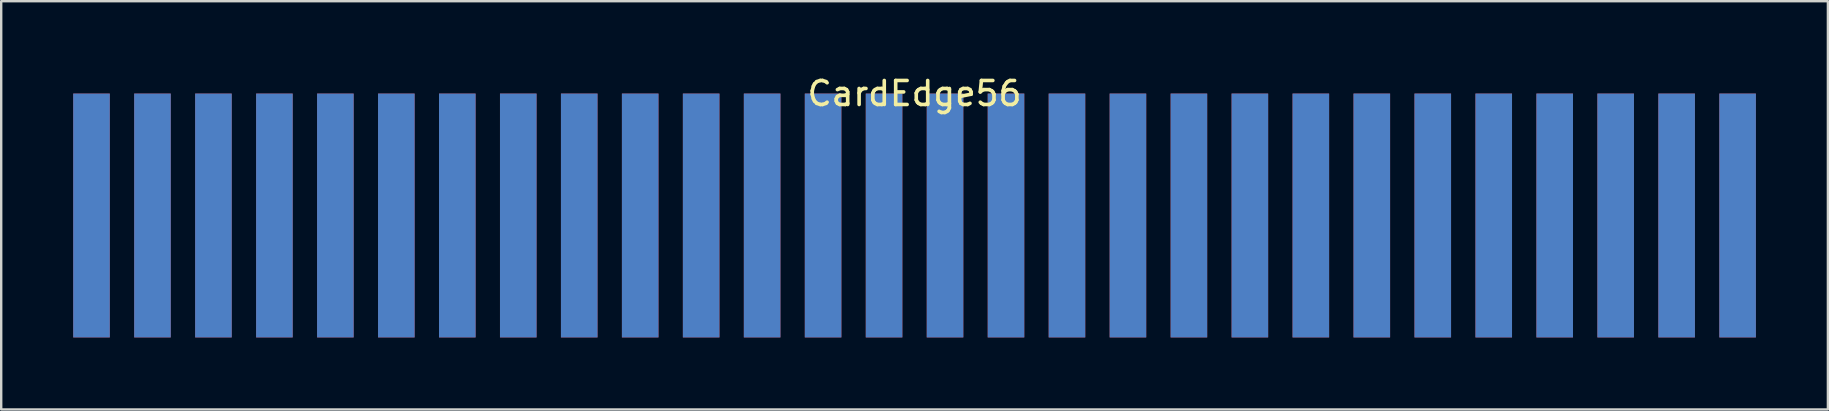
<source format=kicad_pcb>
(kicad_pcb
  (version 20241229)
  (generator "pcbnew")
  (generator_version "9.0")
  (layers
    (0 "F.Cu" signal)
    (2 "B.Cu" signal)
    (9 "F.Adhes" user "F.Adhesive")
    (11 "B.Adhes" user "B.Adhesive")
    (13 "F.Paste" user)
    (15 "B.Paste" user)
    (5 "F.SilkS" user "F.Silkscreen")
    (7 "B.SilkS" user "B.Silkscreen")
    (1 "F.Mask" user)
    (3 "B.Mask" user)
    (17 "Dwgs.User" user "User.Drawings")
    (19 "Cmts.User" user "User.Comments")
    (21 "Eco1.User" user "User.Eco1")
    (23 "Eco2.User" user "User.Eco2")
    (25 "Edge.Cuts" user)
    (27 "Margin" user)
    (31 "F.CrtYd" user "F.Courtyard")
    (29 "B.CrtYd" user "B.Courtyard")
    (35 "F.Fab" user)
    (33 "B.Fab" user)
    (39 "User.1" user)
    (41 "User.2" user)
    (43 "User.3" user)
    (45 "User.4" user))
  (footprint "CardEdge56"
    (layer "F.Cu")
    (at 33.782 0.848)
    (property "Reference" "CardEdge56" (at 1.27 0 0) (layer "F.SilkS") (effects (font (size 1 1) (thickness 0.15))))
    (attr through_hole)
    (pad "1" connect rect (at -33.02 5.08) (size 1.524 10.16) (layers "B.Cu" "B.Mask"))
    (pad "2" connect rect (at -33.02 5.08) (size 1.524 10.16) (layers "F.Cu" "F.Mask"))
    (pad "3" connect rect (at -30.48 5.08) (size 1.524 10.16) (layers "B.Cu" "B.Mask"))
    (pad "4" connect rect (at -30.48 5.08) (size 1.524 10.16) (layers "F.Cu" "F.Mask"))
    (pad "5" connect rect (at -27.94 5.08) (size 1.524 10.16) (layers "B.Cu" "B.Mask"))
    (pad "6" connect rect (at -27.94 5.08) (size 1.524 10.16) (layers "F.Cu" "F.Mask"))
    (pad "7" connect rect (at -25.4 5.08) (size 1.524 10.16) (layers "B.Cu" "B.Mask"))
    (pad "8" connect rect (at -25.4 5.08) (size 1.524 10.16) (layers "F.Cu" "F.Mask"))
    (pad "9" connect rect (at -22.86 5.08) (size 1.524 10.16) (layers "B.Cu" "B.Mask"))
    (pad "10" connect rect (at -22.86 5.08) (size 1.524 10.16) (layers "F.Cu" "F.Mask"))
    (pad "11" connect rect (at -20.32 5.08) (size 1.524 10.16) (layers "B.Cu" "B.Mask"))
    (pad "12" connect rect (at -20.32 5.08) (size 1.524 10.16) (layers "F.Cu" "F.Mask"))
    (pad "13" connect rect (at -17.78 5.08) (size 1.524 10.16) (layers "B.Cu" "B.Mask"))
    (pad "14" connect rect (at -17.78 5.08) (size 1.524 10.16) (layers "F.Cu" "F.Mask"))
    (pad "15" connect rect (at -15.24 5.08) (size 1.524 10.16) (layers "B.Cu" "B.Mask"))
    (pad "16" connect rect (at -15.24 5.08) (size 1.524 10.16) (layers "F.Cu" "F.Mask"))
    (pad "17" connect rect (at -12.7 5.08) (size 1.524 10.16) (layers "B.Cu" "B.Mask"))
    (pad "18" connect rect (at -12.7 5.08) (size 1.524 10.16) (layers "F.Cu" "F.Mask"))
    (pad "19" connect rect (at -10.16 5.08) (size 1.524 10.16) (layers "B.Cu" "B.Mask"))
    (pad "20" connect rect (at -10.16 5.08) (size 1.524 10.16) (layers "F.Cu" "F.Mask"))
    (pad "21" connect rect (at -7.62 5.08) (size 1.524 10.16) (layers "B.Cu" "B.Mask"))
    (pad "22" connect rect (at -7.62 5.08) (size 1.524 10.16) (layers "F.Cu" "F.Mask"))
    (pad "23" connect rect (at -5.08 5.08) (size 1.524 10.16) (layers "B.Cu" "B.Mask"))
    (pad "24" connect rect (at -5.08 5.08) (size 1.524 10.16) (layers "F.Cu" "F.Mask"))
    (pad "25" connect rect (at -2.54 5.08) (size 1.524 10.16) (layers "B.Cu" "B.Mask"))
    (pad "26" connect rect (at -2.54 5.08) (size 1.524 10.16) (layers "F.Cu" "F.Mask"))
    (pad "27" connect rect (at 0 5.08) (size 1.524 10.16) (layers "B.Cu" "B.Mask"))
    (pad "28" connect rect (at 0 5.08) (size 1.524 10.16) (layers "F.Cu" "F.Mask"))
    (pad "29" connect rect (at 2.54 5.08) (size 1.524 10.16) (layers "B.Cu" "B.Mask"))
    (pad "30" connect rect (at 2.54 5.08) (size 1.524 10.16) (layers "F.Cu" "F.Mask"))
    (pad "31" connect rect (at 5.08 5.08) (size 1.524 10.16) (layers "B.Cu" "B.Mask"))
    (pad "32" connect rect (at 5.08 5.08) (size 1.524 10.16) (layers "F.Cu" "F.Mask"))
    (pad "33" connect rect (at 7.62 5.08) (size 1.524 10.16) (layers "B.Cu" "B.Mask"))
    (pad "34" connect rect (at 7.62 5.08) (size 1.524 10.16) (layers "F.Cu" "F.Mask"))
    (pad "35" connect rect (at 10.16 5.08) (size 1.524 10.16) (layers "B.Cu" "B.Mask"))
    (pad "36" connect rect (at 10.16 5.08) (size 1.524 10.16) (layers "F.Cu" "F.Mask"))
    (pad "37" connect rect (at 12.7 5.08) (size 1.524 10.16) (layers "B.Cu" "B.Mask"))
    (pad "38" connect rect (at 12.7 5.08) (size 1.524 10.16) (layers "F.Cu" "F.Mask"))
    (pad "39" connect rect (at 15.24 5.08) (size 1.524 10.16) (layers "B.Cu" "B.Mask"))
    (pad "40" connect rect (at 15.24 5.08) (size 1.524 10.16) (layers "F.Cu" "F.Mask"))
    (pad "41" connect rect (at 17.78 5.08) (size 1.524 10.16) (layers "B.Cu" "B.Mask"))
    (pad "42" connect rect (at 17.78 5.08) (size 1.524 10.16) (layers "F.Cu" "F.Mask"))
    (pad "43" connect rect (at 20.32 5.08) (size 1.524 10.16) (layers "B.Cu" "B.Mask"))
    (pad "44" connect rect (at 20.32 5.08) (size 1.524 10.16) (layers "F.Cu" "F.Mask"))
    (pad "45" connect rect (at 22.86 5.08) (size 1.524 10.16) (layers "B.Cu" "B.Mask"))
    (pad "46" connect rect (at 22.86 5.08) (size 1.524 10.16) (layers "F.Cu" "F.Mask"))
    (pad "47" connect rect (at 25.4 5.08) (size 1.524 10.16) (layers "B.Cu" "B.Mask"))
    (pad "48" connect rect (at 25.4 5.08) (size 1.524 10.16) (layers "F.Cu" "F.Mask"))
    (pad "49" connect rect (at 27.94 5.08) (size 1.524 10.16) (layers "B.Cu" "B.Mask"))
    (pad "50" connect rect (at 27.94 5.08) (size 1.524 10.16) (layers "F.Cu" "F.Mask"))
    (pad "51" connect rect (at 30.48 5.08) (size 1.524 10.16) (layers "B.Cu" "B.Mask"))
    (pad "52" connect rect (at 30.48 5.08) (size 1.524 10.16) (layers "F.Cu" "F.Mask"))
    (pad "53" connect rect (at 33.02 5.08) (size 1.524 10.16) (layers "B.Cu" "B.Mask"))
    (pad "54" connect rect (at 33.02 5.08) (size 1.524 10.16) (layers "F.Cu" "F.Mask"))
    (pad "55" connect rect (at 35.56 5.08) (size 1.524 10.16) (layers "B.Cu" "B.Mask"))
    (pad "56" connect rect (at 35.56 5.08) (size 1.524 10.16) (layers "F.Cu" "F.Mask")))
  (gr_rect
    (start -3 -3)
    (end 73.104 14.008)
    (stroke (width 0.1) (type default))
    (fill no)
    (layer "Edge.Cuts")))
</source>
